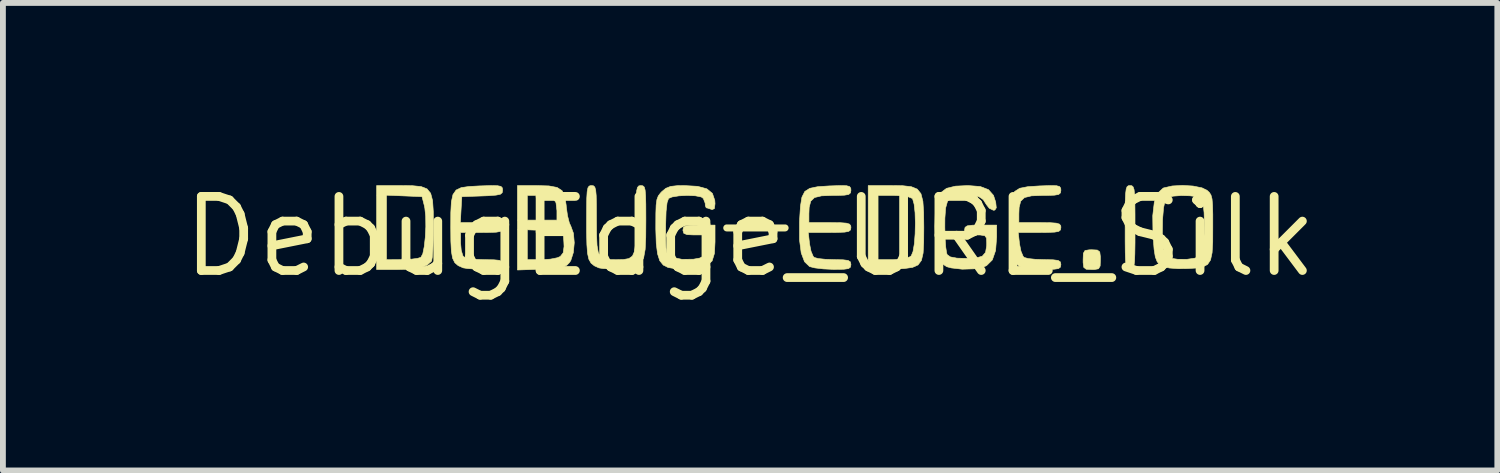
<source format=kicad_pcb>
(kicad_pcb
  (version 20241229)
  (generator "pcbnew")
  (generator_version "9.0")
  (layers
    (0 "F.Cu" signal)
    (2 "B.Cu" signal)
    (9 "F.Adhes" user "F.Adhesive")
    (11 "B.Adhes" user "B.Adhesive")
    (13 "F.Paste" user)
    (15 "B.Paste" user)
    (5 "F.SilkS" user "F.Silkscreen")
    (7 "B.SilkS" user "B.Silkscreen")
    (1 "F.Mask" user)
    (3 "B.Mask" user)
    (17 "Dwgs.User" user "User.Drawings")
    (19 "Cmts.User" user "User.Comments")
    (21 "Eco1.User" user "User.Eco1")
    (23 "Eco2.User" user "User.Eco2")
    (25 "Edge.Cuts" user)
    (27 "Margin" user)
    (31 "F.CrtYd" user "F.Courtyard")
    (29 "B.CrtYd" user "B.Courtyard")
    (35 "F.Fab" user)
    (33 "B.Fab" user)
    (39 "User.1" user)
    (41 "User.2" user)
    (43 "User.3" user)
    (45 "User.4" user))
  (footprint "DebugEdge_URL_Silk"
    (layer "F.Cu")
    (at 9.804 1.006)
    (property "Reference" "DebugEdge_URL_Silk" (at 0 0 0) (layer "F.SilkS") (effects (font (size 1.27 1.27) (thickness 0.15))))
    (attr through_hole)
    (fp_line (start -0.4 -0.15) (end 0.6 -0.15) (stroke (width 0.12) (type solid)) (layer "F.SilkS"))
    (fp_poly (pts (xy 5.95 0.229) (xy 5.992 0.261) (xy 6.003 0.344) (xy 6.003 0.394) (xy 5.999 0.502) (xy 5.971 0.55) (xy 5.899 0.563) (xy 5.855 0.563) (xy 5.76 0.558) (xy 5.718 0.526) (xy 5.707 0.444) (xy 5.707 0.394) (xy 5.711 0.285) (xy 5.739 0.237) (xy 5.811 0.225) (xy 5.855 0.224) (xy 5.95 0.229)) (stroke (width 0.01) (type solid)) (fill yes) (layer "F.SilkS"))
    (fp_poly (pts (xy 6.542 -0.873) (xy 6.564 -0.853) (xy 6.58 -0.807) (xy 6.589 -0.721) (xy 6.594 -0.585) (xy 6.596 -0.386) (xy 6.596 -0.157) (xy 6.596 0.106) (xy 6.593 0.295) (xy 6.588 0.423) (xy 6.578 0.502) (xy 6.562 0.544) (xy 6.538 0.56) (xy 6.511 0.563) (xy 6.48 0.559) (xy 6.458 0.54) (xy 6.443 0.494) (xy 6.434 0.408) (xy 6.429 0.272) (xy 6.427 0.072) (xy 6.427 -0.157) (xy 6.427 -0.419) (xy 6.429 -0.608) (xy 6.435 -0.737) (xy 6.445 -0.816) (xy 6.461 -0.858) (xy 6.484 -0.874) (xy 6.511 -0.876) (xy 6.542 -0.873)) (stroke (width 0.01) (type solid)) (fill yes) (layer "F.SilkS"))
    (fp_poly (pts (xy -5.789 -0.874) (xy -5.638 -0.859) (xy -5.536 -0.819) (xy -5.474 -0.743) (xy -5.441 -0.618) (xy -5.429 -0.432) (xy -5.427 -0.175) (xy -5.427 -0.167) (xy -5.43 0.041) (xy -5.436 0.219) (xy -5.446 0.35) (xy -5.458 0.417) (xy -5.459 0.419) (xy -5.54 0.491) (xy -5.675 0.536) (xy -5.875 0.559) (xy -6.038 0.563) (xy -6.4 0.563) (xy -6.4 0.394) (xy -6.231 0.394) (xy -5.966 0.393) (xy -5.817 0.387) (xy -5.697 0.371) (xy -5.642 0.354) (xy -5.609 0.294) (xy -5.584 0.171) (xy -5.566 0.009) (xy -5.557 -0.171) (xy -5.559 -0.345) (xy -5.574 -0.491) (xy -5.584 -0.538) (xy -5.622 -0.686) (xy -6.231 -0.711) (xy -6.231 0.394) (xy -6.4 0.394) (xy -6.4 -0.876) (xy -5.998 -0.876) (xy -5.789 -0.874)) (stroke (width 0.01) (type solid)) (fill yes) (layer "F.SilkS"))
    (fp_poly (pts (xy 2.611 -0.874) (xy 2.762 -0.857) (xy 2.865 -0.815) (xy 2.928 -0.736) (xy 2.961 -0.607) (xy 2.974 -0.418) (xy 2.977 -0.162) (xy 2.975 0.096) (xy 2.965 0.281) (xy 2.936 0.406) (xy 2.878 0.484) (xy 2.784 0.526) (xy 2.642 0.546) (xy 2.443 0.556) (xy 2.425 0.557) (xy 2.024 0.571) (xy 2.024 -0.707) (xy 2.193 -0.707) (xy 2.193 0.394) (xy 2.444 0.394) (xy 2.629 0.381) (xy 2.741 0.344) (xy 2.762 0.327) (xy 2.792 0.254) (xy 2.815 0.121) (xy 2.828 -0.05) (xy 2.832 -0.235) (xy 2.827 -0.411) (xy 2.811 -0.556) (xy 2.786 -0.645) (xy 2.778 -0.656) (xy 2.709 -0.684) (xy 2.582 -0.702) (xy 2.46 -0.707) (xy 2.193 -0.707) (xy 2.024 -0.707) (xy 2.024 -0.876) (xy 2.4 -0.876) (xy 2.611 -0.874)) (stroke (width 0.01) (type solid)) (fill yes) (layer "F.SilkS"))
    (fp_poly (pts (xy -3.448 -0.87) (xy -3.308 -0.844) (xy -3.222 -0.788) (xy -3.175 -0.691) (xy -3.152 -0.541) (xy -3.15 -0.512) (xy -3.129 -0.361) (xy -3.097 -0.235) (xy -3.071 -0.179) (xy -3.027 -0.058) (xy -3.013 0.104) (xy -3.029 0.272) (xy -3.073 0.409) (xy -3.095 0.442) (xy -3.14 0.489) (xy -3.199 0.52) (xy -3.289 0.539) (xy -3.43 0.55) (xy -3.581 0.557) (xy -3.987 0.571) (xy -3.987 0.394) (xy -3.818 0.394) (xy -3.572 0.394) (xy -3.424 0.385) (xy -3.303 0.361) (xy -3.252 0.339) (xy -3.203 0.276) (xy -3.188 0.168) (xy -3.191 0.096) (xy -3.204 -0.093) (xy -3.511 -0.106) (xy -3.818 -0.118) (xy -3.818 0.394) (xy -3.987 0.394) (xy -3.987 -0.707) (xy -3.818 -0.707) (xy -3.818 -0.284) (xy -3.31 -0.284) (xy -3.31 -0.445) (xy -3.326 -0.583) (xy -3.382 -0.664) (xy -3.495 -0.701) (xy -3.615 -0.707) (xy -3.818 -0.707) (xy -3.987 -0.707) (xy -3.987 -0.876) (xy -3.657 -0.876) (xy -3.448 -0.87)) (stroke (width 0.01) (type solid)) (fill yes) (layer "F.SilkS"))
    (fp_poly (pts (xy -4.331 -0.874) (xy -4.27 -0.862) (xy -4.246 -0.837) (xy -4.241 -0.798) (xy -4.248 -0.754) (xy -4.28 -0.727) (xy -4.355 -0.712) (xy -4.487 -0.702) (xy -4.591 -0.698) (xy -4.94 -0.686) (xy -4.953 -0.464) (xy -4.965 -0.241) (xy -4.603 -0.241) (xy -4.428 -0.24) (xy -4.32 -0.233) (xy -4.264 -0.216) (xy -4.244 -0.186) (xy -4.241 -0.157) (xy -4.248 -0.116) (xy -4.279 -0.09) (xy -4.351 -0.077) (xy -4.481 -0.073) (xy -4.601 -0.072) (xy -4.961 -0.072) (xy -4.961 0.11) (xy -4.95 0.235) (xy -4.922 0.326) (xy -4.91 0.343) (xy -4.84 0.371) (xy -4.704 0.388) (xy -4.55 0.394) (xy -4.391 0.396) (xy -4.298 0.405) (xy -4.254 0.427) (xy -4.242 0.466) (xy -4.241 0.478) (xy -4.249 0.522) (xy -4.283 0.547) (xy -4.362 0.558) (xy -4.504 0.56) (xy -4.548 0.56) (xy -4.709 0.555) (xy -4.841 0.546) (xy -4.917 0.534) (xy -4.919 0.533) (xy -5.002 0.496) (xy -5.06 0.446) (xy -5.098 0.369) (xy -5.119 0.251) (xy -5.128 0.077) (xy -5.13 -0.155) (xy -5.129 -0.412) (xy -5.119 -0.597) (xy -5.092 -0.721) (xy -5.038 -0.799) (xy -4.95 -0.841) (xy -4.819 -0.86) (xy -4.635 -0.87) (xy -4.626 -0.87) (xy -4.444 -0.876) (xy -4.331 -0.874)) (stroke (width 0.01) (type solid)) (fill yes) (layer "F.SilkS"))
    (fp_poly (pts (xy -1.838 -0.872) (xy -1.814 -0.851) (xy -1.799 -0.799) (xy -1.791 -0.705) (xy -1.787 -0.555) (xy -1.786 -0.336) (xy -1.786 -0.267) (xy -1.788 0.011) (xy -1.798 0.217) (xy -1.824 0.361) (xy -1.87 0.454) (xy -1.943 0.509) (xy -2.05 0.536) (xy -2.197 0.548) (xy -2.236 0.55) (xy -2.392 0.552) (xy -2.52 0.546) (xy -2.59 0.535) (xy -2.669 0.499) (xy -2.725 0.454) (xy -2.763 0.387) (xy -2.786 0.285) (xy -2.797 0.133) (xy -2.802 -0.081) (xy -2.802 -0.248) (xy -2.801 -0.49) (xy -2.799 -0.661) (xy -2.792 -0.772) (xy -2.779 -0.837) (xy -2.759 -0.867) (xy -2.731 -0.876) (xy -2.717 -0.876) (xy -2.684 -0.872) (xy -2.661 -0.85) (xy -2.646 -0.798) (xy -2.637 -0.702) (xy -2.634 -0.549) (xy -2.633 -0.327) (xy -2.633 -0.285) (xy -2.631 -0.032) (xy -2.623 0.149) (xy -2.602 0.27) (xy -2.563 0.342) (xy -2.498 0.379) (xy -2.402 0.392) (xy -2.294 0.394) (xy -2.168 0.391) (xy -2.077 0.375) (xy -2.017 0.333) (xy -1.981 0.253) (xy -1.963 0.123) (xy -1.956 -0.069) (xy -1.955 -0.285) (xy -1.955 -0.519) (xy -1.952 -0.682) (xy -1.944 -0.786) (xy -1.93 -0.844) (xy -1.908 -0.87) (xy -1.877 -0.876) (xy -1.871 -0.876) (xy -1.838 -0.872)) (stroke (width 0.01) (type solid)) (fill yes) (layer "F.SilkS"))
    (fp_poly (pts (xy 1.649 -0.874) (xy 1.704 -0.86) (xy 1.725 -0.831) (xy 1.728 -0.796) (xy 1.721 -0.751) (xy 1.69 -0.724) (xy 1.615 -0.711) (xy 1.481 -0.707) (xy 1.412 -0.707) (xy 1.224 -0.7) (xy 1.104 -0.671) (xy 1.039 -0.608) (xy 1.012 -0.5) (xy 1.008 -0.392) (xy 1.008 -0.241) (xy 1.368 -0.241) (xy 1.543 -0.24) (xy 1.65 -0.232) (xy 1.705 -0.215) (xy 1.725 -0.185) (xy 1.728 -0.157) (xy 1.721 -0.116) (xy 1.69 -0.091) (xy 1.619 -0.078) (xy 1.49 -0.073) (xy 1.362 -0.072) (xy 0.997 -0.072) (xy 1.019 0.124) (xy 1.044 0.249) (xy 1.081 0.337) (xy 1.099 0.356) (xy 1.168 0.375) (xy 1.295 0.388) (xy 1.442 0.393) (xy 1.594 0.396) (xy 1.68 0.407) (xy 1.719 0.432) (xy 1.728 0.477) (xy 1.728 0.478) (xy 1.72 0.522) (xy 1.686 0.547) (xy 1.606 0.558) (xy 1.464 0.56) (xy 1.421 0.56) (xy 1.254 0.552) (xy 1.11 0.535) (xy 1.019 0.512) (xy 1.018 0.511) (xy 0.933 0.429) (xy 0.876 0.278) (xy 0.847 0.054) (xy 0.847 -0.247) (xy 0.849 -0.297) (xy 0.863 -0.522) (xy 0.888 -0.677) (xy 0.938 -0.775) (xy 1.025 -0.83) (xy 1.161 -0.857) (xy 1.36 -0.87) (xy 1.369 -0.87) (xy 1.543 -0.876) (xy 1.649 -0.874)) (stroke (width 0.01) (type solid)) (fill yes) (layer "F.SilkS"))
    (fp_poly (pts (xy 5.248 -0.874) (xy 5.303 -0.86) (xy 5.323 -0.831) (xy 5.326 -0.796) (xy 5.319 -0.751) (xy 5.288 -0.724) (xy 5.214 -0.711) (xy 5.079 -0.707) (xy 5.01 -0.707) (xy 4.822 -0.7) (xy 4.703 -0.671) (xy 4.637 -0.608) (xy 4.61 -0.5) (xy 4.606 -0.392) (xy 4.606 -0.241) (xy 4.966 -0.241) (xy 5.141 -0.24) (xy 5.248 -0.232) (xy 5.303 -0.215) (xy 5.324 -0.185) (xy 5.326 -0.157) (xy 5.319 -0.116) (xy 5.289 -0.091) (xy 5.217 -0.078) (xy 5.089 -0.073) (xy 4.961 -0.072) (xy 4.595 -0.072) (xy 4.617 0.124) (xy 4.642 0.249) (xy 4.679 0.337) (xy 4.697 0.356) (xy 4.767 0.375) (xy 4.893 0.388) (xy 5.04 0.393) (xy 5.193 0.396) (xy 5.279 0.407) (xy 5.317 0.432) (xy 5.326 0.477) (xy 5.326 0.478) (xy 5.318 0.522) (xy 5.284 0.547) (xy 5.205 0.558) (xy 5.063 0.56) (xy 5.019 0.56) (xy 4.852 0.552) (xy 4.708 0.535) (xy 4.618 0.512) (xy 4.617 0.511) (xy 4.531 0.429) (xy 4.474 0.276) (xy 4.445 0.048) (xy 4.443 -0.256) (xy 4.445 -0.294) (xy 4.457 -0.52) (xy 4.482 -0.675) (xy 4.533 -0.774) (xy 4.621 -0.83) (xy 4.76 -0.857) (xy 4.963 -0.87) (xy 4.968 -0.87) (xy 5.142 -0.876) (xy 5.248 -0.874)) (stroke (width 0.01) (type solid)) (fill yes) (layer "F.SilkS"))
    (fp_poly (pts (xy 7.591 -0.868) (xy 7.744 -0.837) (xy 7.83 -0.795) (xy 7.87 -0.758) (xy 7.898 -0.714) (xy 7.916 -0.647) (xy 7.925 -0.542) (xy 7.929 -0.383) (xy 7.929 -0.162) (xy 7.928 0.093) (xy 7.917 0.276) (xy 7.89 0.4) (xy 7.839 0.476) (xy 7.757 0.518) (xy 7.635 0.538) (xy 7.499 0.546) (xy 7.333 0.548) (xy 7.186 0.537) (xy 7.097 0.518) (xy 7.026 0.482) (xy 6.977 0.431) (xy 6.944 0.347) (xy 6.923 0.215) (xy 6.908 0.019) (xy 6.906 -0.009) (xy 7.064 -0.009) (xy 7.08 0.188) (xy 7.118 0.311) (xy 7.178 0.364) (xy 7.179 0.365) (xy 7.327 0.387) (xy 7.485 0.388) (xy 7.623 0.368) (xy 7.711 0.33) (xy 7.715 0.327) (xy 7.745 0.254) (xy 7.768 0.121) (xy 7.781 -0.05) (xy 7.785 -0.235) (xy 7.78 -0.411) (xy 7.764 -0.556) (xy 7.739 -0.645) (xy 7.731 -0.656) (xy 7.659 -0.685) (xy 7.535 -0.701) (xy 7.389 -0.705) (xy 7.252 -0.695) (xy 7.157 -0.671) (xy 7.147 -0.666) (xy 7.11 -0.611) (xy 7.085 -0.494) (xy 7.069 -0.305) (xy 7.068 -0.284) (xy 7.064 -0.009) (xy 6.906 -0.009) (xy 6.904 -0.051) (xy 6.9 -0.359) (xy 6.927 -0.591) (xy 6.987 -0.748) (xy 7.078 -0.832) (xy 7.088 -0.836) (xy 7.233 -0.869) (xy 7.411 -0.879) (xy 7.591 -0.868)) (stroke (width 0.01) (type solid)) (fill yes) (layer "F.SilkS"))
    (fp_poly (pts (xy 3.944 -0.86) (xy 4.085 -0.806) (xy 4.171 -0.708) (xy 4.209 -0.591) (xy 4.219 -0.494) (xy 4.194 -0.456) (xy 4.169 -0.453) (xy 4.099 -0.487) (xy 4.051 -0.548) (xy 3.995 -0.635) (xy 3.925 -0.683) (xy 3.815 -0.703) (xy 3.689 -0.706) (xy 3.544 -0.7) (xy 3.445 -0.671) (xy 3.383 -0.607) (xy 3.351 -0.493) (xy 3.338 -0.316) (xy 3.337 -0.164) (xy 3.341 0.019) (xy 3.352 0.175) (xy 3.368 0.28) (xy 3.378 0.309) (xy 3.433 0.347) (xy 3.545 0.368) (xy 3.696 0.372) (xy 3.872 0.365) (xy 3.979 0.334) (xy 4.035 0.269) (xy 4.054 0.157) (xy 4.055 0.108) (xy 4.051 0.023) (xy 4.022 -0.017) (xy 3.945 -0.029) (xy 3.865 -0.03) (xy 3.746 -0.035) (xy 3.69 -0.058) (xy 3.675 -0.108) (xy 3.675 -0.114) (xy 3.684 -0.16) (xy 3.722 -0.186) (xy 3.808 -0.197) (xy 3.95 -0.199) (xy 4.225 -0.199) (xy 4.225 0.006) (xy 4.207 0.237) (xy 4.151 0.398) (xy 4.053 0.495) (xy 4.004 0.518) (xy 3.836 0.551) (xy 3.635 0.557) (xy 3.445 0.535) (xy 3.369 0.514) (xy 3.283 0.456) (xy 3.223 0.347) (xy 3.185 0.179) (xy 3.169 -0.059) (xy 3.167 -0.182) (xy 3.175 -0.441) (xy 3.205 -0.628) (xy 3.266 -0.753) (xy 3.367 -0.829) (xy 3.519 -0.866) (xy 3.73 -0.876) (xy 3.737 -0.876) (xy 3.944 -0.86)) (stroke (width 0.01) (type solid)) (fill yes) (layer "F.SilkS"))
    (fp_poly (pts (xy -0.899 -0.863) (xy -0.741 -0.82) (xy -0.646 -0.742) (xy -0.605 -0.622) (xy -0.601 -0.565) (xy -0.612 -0.481) (xy -0.651 -0.464) (xy -0.668 -0.47) (xy -0.735 -0.492) (xy -0.752 -0.495) (xy -0.767 -0.531) (xy -0.77 -0.575) (xy -0.801 -0.655) (xy -0.837 -0.681) (xy -0.938 -0.701) (xy -1.075 -0.707) (xy -1.219 -0.7) (xy -1.337 -0.681) (xy -1.397 -0.656) (xy -1.423 -0.583) (xy -1.44 -0.43) (xy -1.447 -0.199) (xy -1.447 -0.147) (xy -1.447 0.055) (xy -1.442 0.188) (xy -1.43 0.269) (xy -1.408 0.314) (xy -1.371 0.339) (xy -1.339 0.352) (xy -1.168 0.388) (xy -0.972 0.386) (xy -0.865 0.367) (xy -0.804 0.337) (xy -0.777 0.274) (xy -0.77 0.156) (xy -0.77 -0.03) (xy -0.961 -0.03) (xy -1.08 -0.035) (xy -1.136 -0.058) (xy -1.151 -0.108) (xy -1.151 -0.114) (xy -1.142 -0.16) (xy -1.104 -0.186) (xy -1.018 -0.197) (xy -0.876 -0.199) (xy -0.601 -0.199) (xy -0.601 0.091) (xy -0.611 0.287) (xy -0.651 0.416) (xy -0.736 0.492) (xy -0.88 0.531) (xy -1.033 0.545) (xy -1.192 0.548) (xy -1.332 0.54) (xy -1.405 0.528) (xy -1.488 0.486) (xy -1.548 0.412) (xy -1.586 0.293) (xy -1.608 0.117) (xy -1.616 -0.128) (xy -1.616 -0.19) (xy -1.615 -0.4) (xy -1.61 -0.542) (xy -1.597 -0.636) (xy -1.573 -0.699) (xy -1.535 -0.749) (xy -1.513 -0.772) (xy -1.443 -0.83) (xy -1.361 -0.862) (xy -1.241 -0.875) (xy -1.129 -0.876) (xy -0.899 -0.863)) (stroke (width 0.01) (type solid)) (fill yes) (layer "F.SilkS")))
  (gr_rect
    (start -3 -3)
    (end 22.609 5.012)
    (stroke (width 0.1) (type default))
    (fill no)
    (layer "Edge.Cuts")))
</source>
